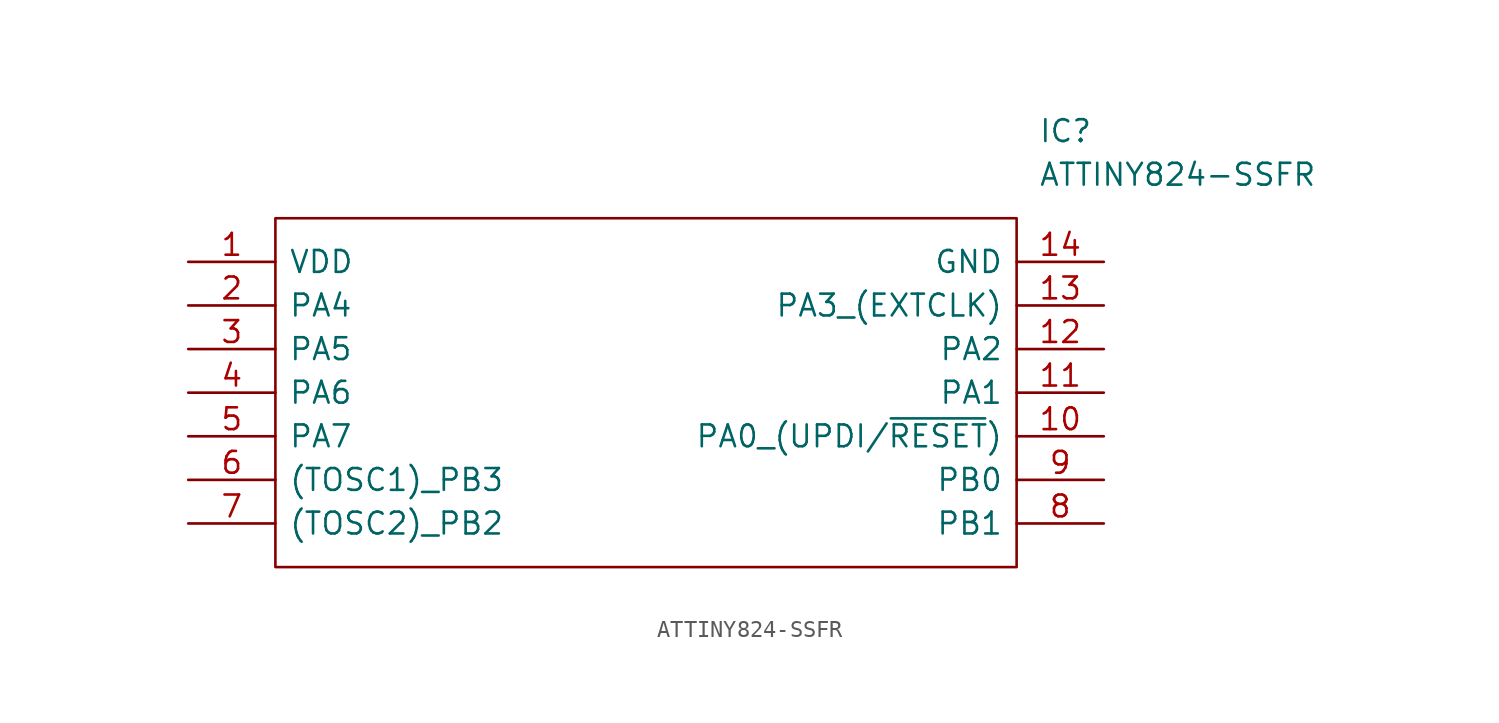
<source format=kicad_sym>
(kicad_symbol_lib
  (version 20211014)
  (generator kicad_symbol_editor)
  (symbol "ATTINY824-SSFR"
    (pin_names
      (offset 0.762))
    (property "Reference" "IC"
      (at 49.53 7.62 0)
      (effects (font (size 1.27 1.27)) (justify left)))
    (property "Value" "ATTINY824-SSFR"
      (at 49.53 5.08 0)
      (effects (font (size 1.27 1.27)) (justify left)))
    (symbol "ATTINY824-SSFR_0_0"
      (pin passive line (at 0 0 0) (length 5.08) (name "VDD" (effects (font (size 1.27 1.27)))) (number "1" (effects (font (size 1.27 1.27)))))
      (pin passive line (at 53.34 -10.16 180) (length 5.08) (name "PA0_(UPDI/~{RESET})" (effects (font (size 1.27 1.27)))) (number "10" (effects (font (size 1.27 1.27)))))
      (pin passive line (at 53.34 -7.62 180) (length 5.08) (name "PA1" (effects (font (size 1.27 1.27)))) (number "11" (effects (font (size 1.27 1.27)))))
      (pin passive line (at 53.34 -5.08 180) (length 5.08) (name "PA2" (effects (font (size 1.27 1.27)))) (number "12" (effects (font (size 1.27 1.27)))))
      (pin passive line (at 53.34 -2.54 180) (length 5.08) (name "PA3_(EXTCLK)" (effects (font (size 1.27 1.27)))) (number "13" (effects (font (size 1.27 1.27)))))
      (pin passive line (at 53.34 0 180) (length 5.08) (name "GND" (effects (font (size 1.27 1.27)))) (number "14" (effects (font (size 1.27 1.27)))))
      (pin passive line (at 0 -2.54 0) (length 5.08) (name "PA4" (effects (font (size 1.27 1.27)))) (number "2" (effects (font (size 1.27 1.27)))))
      (pin passive line (at 0 -5.08 0) (length 5.08) (name "PA5" (effects (font (size 1.27 1.27)))) (number "3" (effects (font (size 1.27 1.27)))))
      (pin passive line (at 0 -7.62 0) (length 5.08) (name "PA6" (effects (font (size 1.27 1.27)))) (number "4" (effects (font (size 1.27 1.27)))))
      (pin passive line (at 0 -10.16 0) (length 5.08) (name "PA7" (effects (font (size 1.27 1.27)))) (number "5" (effects (font (size 1.27 1.27)))))
      (pin passive line (at 0 -12.7 0) (length 5.08) (name "(TOSC1)_PB3" (effects (font (size 1.27 1.27)))) (number "6" (effects (font (size 1.27 1.27)))))
      (pin passive line (at 0 -15.24 0) (length 5.08) (name "(TOSC2)_PB2" (effects (font (size 1.27 1.27)))) (number "7" (effects (font (size 1.27 1.27)))))
      (pin passive line (at 53.34 -15.24 180) (length 5.08) (name "PB1" (effects (font (size 1.27 1.27)))) (number "8" (effects (font (size 1.27 1.27)))))
      (pin passive line (at 53.34 -12.7 180) (length 5.08) (name "PB0" (effects (font (size 1.27 1.27)))) (number "9" (effects (font (size 1.27 1.27))))))
    (symbol "ATTINY824-SSFR_0_1"
      (polyline (pts (xy 5.08 2.54) (xy 48.26 2.54) (xy 48.26 -17.78) (xy 5.08 -17.78) (xy 5.08 2.54)) (stroke (width 0.152) (type default) (color 0 0 0 0)) (fill (type none))))))
</source>
